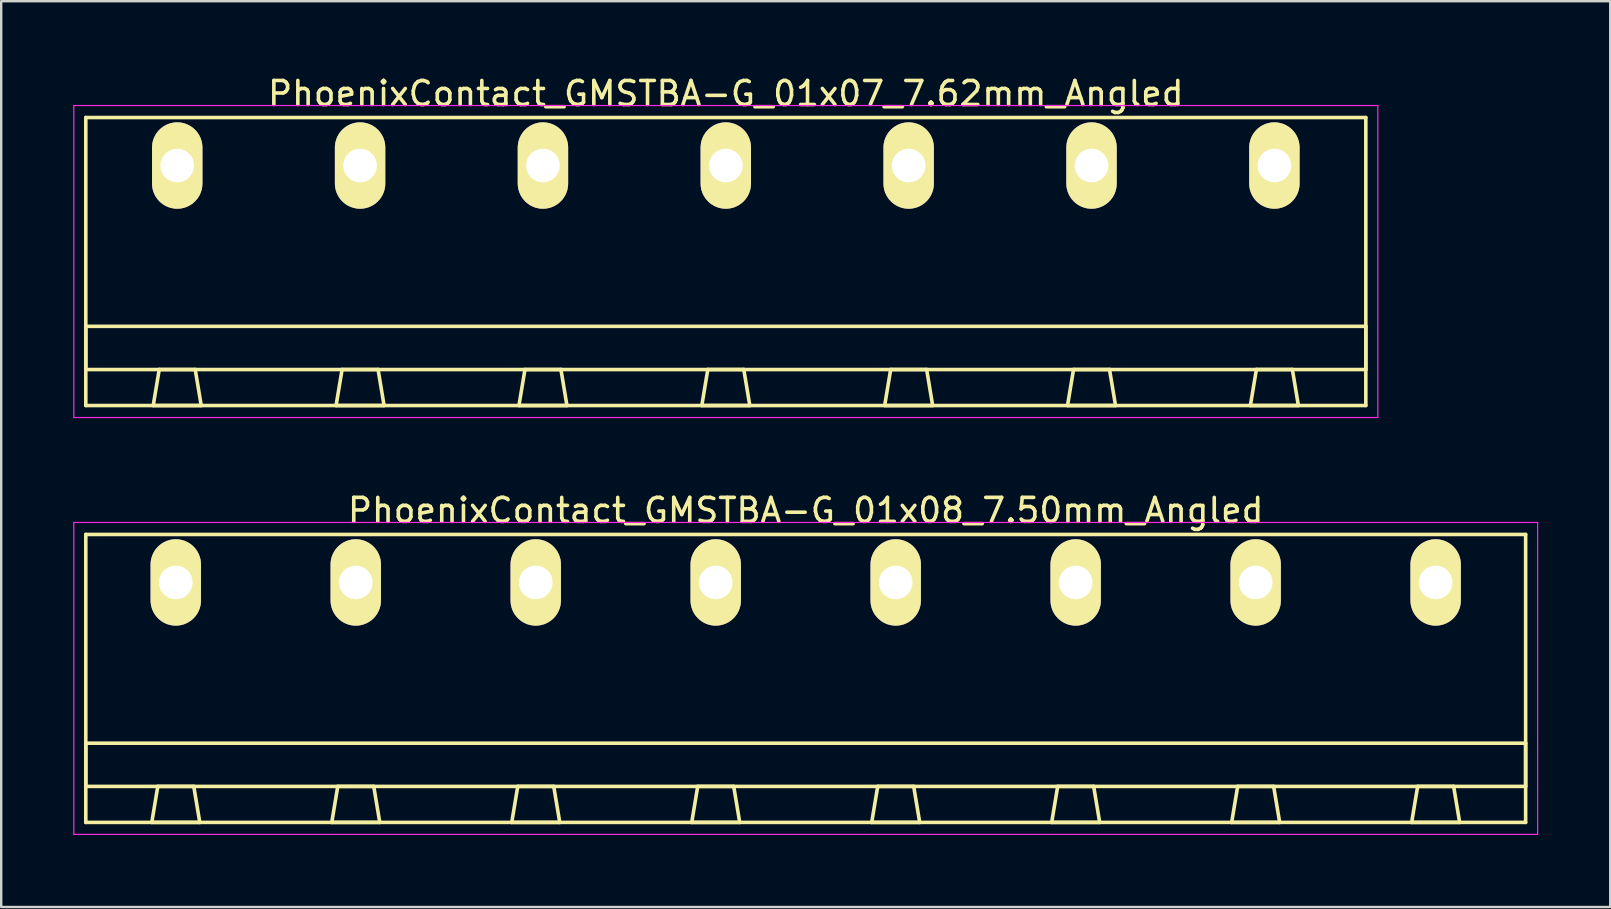
<source format=kicad_pcb>
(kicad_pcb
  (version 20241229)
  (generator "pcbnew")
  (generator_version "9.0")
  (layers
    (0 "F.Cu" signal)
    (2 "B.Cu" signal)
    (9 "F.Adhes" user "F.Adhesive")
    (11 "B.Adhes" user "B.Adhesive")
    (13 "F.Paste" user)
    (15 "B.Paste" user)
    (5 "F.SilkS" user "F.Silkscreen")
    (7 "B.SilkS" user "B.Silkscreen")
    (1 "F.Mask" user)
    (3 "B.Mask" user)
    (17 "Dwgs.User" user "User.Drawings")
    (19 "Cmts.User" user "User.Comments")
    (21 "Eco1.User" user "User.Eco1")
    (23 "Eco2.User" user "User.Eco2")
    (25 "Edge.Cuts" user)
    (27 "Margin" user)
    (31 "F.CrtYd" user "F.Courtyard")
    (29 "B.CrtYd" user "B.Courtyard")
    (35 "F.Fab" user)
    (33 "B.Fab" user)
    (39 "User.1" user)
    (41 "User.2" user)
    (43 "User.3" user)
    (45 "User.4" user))
  (footprint "PhoenixContact_GMSTBA-G_01x08_7.50mm_Angled"
    (layer "F.Cu")
    (at 4.275 21.221)
    (property "Reference" "PhoenixContact_GMSTBA-G_01x08_7.50mm_Angled" (at 26.25 -3 0) (layer "F.SilkS") (effects (font (size 1 1) (thickness 0.15))))
    (attr through_hole)
    (fp_line (start -3.75 -2) (end -3.75 10) (stroke (width 0.15) (type solid)) (layer "F.SilkS"))
    (fp_line (start -3.75 6.7) (end 56.25 6.7) (stroke (width 0.15) (type solid)) (layer "F.SilkS"))
    (fp_line (start -3.75 8.5) (end -3.75 6.7) (stroke (width 0.15) (type solid)) (layer "F.SilkS"))
    (fp_line (start -3.75 10) (end 56.25 10) (stroke (width 0.15) (type solid)) (layer "F.SilkS"))
    (fp_line (start -1 10) (end 1 10) (stroke (width 0.15) (type solid)) (layer "F.SilkS"))
    (fp_line (start -0.75 8.5) (end -1 10) (stroke (width 0.15) (type solid)) (layer "F.SilkS"))
    (fp_line (start 0.75 8.5) (end -0.75 8.5) (stroke (width 0.15) (type solid)) (layer "F.SilkS"))
    (fp_line (start 1 10) (end 0.75 8.5) (stroke (width 0.15) (type solid)) (layer "F.SilkS"))
    (fp_line (start 6.5 10) (end 8.5 10) (stroke (width 0.15) (type solid)) (layer "F.SilkS"))
    (fp_line (start 6.75 8.5) (end 6.5 10) (stroke (width 0.15) (type solid)) (layer "F.SilkS"))
    (fp_line (start 8.25 8.5) (end 6.75 8.5) (stroke (width 0.15) (type solid)) (layer "F.SilkS"))
    (fp_line (start 8.5 10) (end 8.25 8.5) (stroke (width 0.15) (type solid)) (layer "F.SilkS"))
    (fp_line (start 14 10) (end 16 10) (stroke (width 0.15) (type solid)) (layer "F.SilkS"))
    (fp_line (start 14.25 8.5) (end 14 10) (stroke (width 0.15) (type solid)) (layer "F.SilkS"))
    (fp_line (start 15.75 8.5) (end 14.25 8.5) (stroke (width 0.15) (type solid)) (layer "F.SilkS"))
    (fp_line (start 16 10) (end 15.75 8.5) (stroke (width 0.15) (type solid)) (layer "F.SilkS"))
    (fp_line (start 21.5 10) (end 23.5 10) (stroke (width 0.15) (type solid)) (layer "F.SilkS"))
    (fp_line (start 21.75 8.5) (end 21.5 10) (stroke (width 0.15) (type solid)) (layer "F.SilkS"))
    (fp_line (start 23.25 8.5) (end 21.75 8.5) (stroke (width 0.15) (type solid)) (layer "F.SilkS"))
    (fp_line (start 23.5 10) (end 23.25 8.5) (stroke (width 0.15) (type solid)) (layer "F.SilkS"))
    (fp_line (start 29 10) (end 31 10) (stroke (width 0.15) (type solid)) (layer "F.SilkS"))
    (fp_line (start 29.25 8.5) (end 29 10) (stroke (width 0.15) (type solid)) (layer "F.SilkS"))
    (fp_line (start 30.75 8.5) (end 29.25 8.5) (stroke (width 0.15) (type solid)) (layer "F.SilkS"))
    (fp_line (start 31 10) (end 30.75 8.5) (stroke (width 0.15) (type solid)) (layer "F.SilkS"))
    (fp_line (start 36.5 10) (end 38.5 10) (stroke (width 0.15) (type solid)) (layer "F.SilkS"))
    (fp_line (start 36.75 8.5) (end 36.5 10) (stroke (width 0.15) (type solid)) (layer "F.SilkS"))
    (fp_line (start 38.25 8.5) (end 36.75 8.5) (stroke (width 0.15) (type solid)) (layer "F.SilkS"))
    (fp_line (start 38.5 10) (end 38.25 8.5) (stroke (width 0.15) (type solid)) (layer "F.SilkS"))
    (fp_line (start 44 10) (end 46 10) (stroke (width 0.15) (type solid)) (layer "F.SilkS"))
    (fp_line (start 44.25 8.5) (end 44 10) (stroke (width 0.15) (type solid)) (layer "F.SilkS"))
    (fp_line (start 45.75 8.5) (end 44.25 8.5) (stroke (width 0.15) (type solid)) (layer "F.SilkS"))
    (fp_line (start 46 10) (end 45.75 8.5) (stroke (width 0.15) (type solid)) (layer "F.SilkS"))
    (fp_line (start 51.5 10) (end 53.5 10) (stroke (width 0.15) (type solid)) (layer "F.SilkS"))
    (fp_line (start 51.75 8.5) (end 51.5 10) (stroke (width 0.15) (type solid)) (layer "F.SilkS"))
    (fp_line (start 53.25 8.5) (end 51.75 8.5) (stroke (width 0.15) (type solid)) (layer "F.SilkS"))
    (fp_line (start 53.5 10) (end 53.25 8.5) (stroke (width 0.15) (type solid)) (layer "F.SilkS"))
    (fp_line (start 56.25 -2) (end -3.75 -2) (stroke (width 0.15) (type solid)) (layer "F.SilkS"))
    (fp_line (start 56.25 6.7) (end 56.25 8.5) (stroke (width 0.15) (type solid)) (layer "F.SilkS"))
    (fp_line (start 56.25 8.5) (end -3.75 8.5) (stroke (width 0.15) (type solid)) (layer "F.SilkS"))
    (fp_line (start 56.25 10) (end 56.25 -2) (stroke (width 0.15) (type solid)) (layer "F.SilkS"))
    (fp_line (start -4.25 -2.5) (end -4.25 10.5) (stroke (width 0.05) (type solid)) (layer "F.CrtYd"))
    (fp_line (start -4.25 10.5) (end 56.75 10.5) (stroke (width 0.05) (type solid)) (layer "F.CrtYd"))
    (fp_line (start 56.75 -2.5) (end -4.25 -2.5) (stroke (width 0.05) (type solid)) (layer "F.CrtYd"))
    (fp_line (start 56.75 10.5) (end 56.75 -2.5) (stroke (width 0.05) (type solid)) (layer "F.CrtYd"))
    (pad "1" thru_hole oval (at 0 0) (size 2.1 3.6) (drill 1.4) (layers "*.Cu" "*.Mask" "F.SilkS"))
    (pad "2" thru_hole oval (at 7.5 0) (size 2.1 3.6) (drill 1.4) (layers "*.Cu" "*.Mask" "F.SilkS"))
    (pad "3" thru_hole oval (at 15 0) (size 2.1 3.6) (drill 1.4) (layers "*.Cu" "*.Mask" "F.SilkS"))
    (pad "4" thru_hole oval (at 22.5 0) (size 2.1 3.6) (drill 1.4) (layers "*.Cu" "*.Mask" "F.SilkS"))
    (pad "5" thru_hole oval (at 30 0) (size 2.1 3.6) (drill 1.4) (layers "*.Cu" "*.Mask" "F.SilkS"))
    (pad "6" thru_hole oval (at 37.5 0) (size 2.1 3.6) (drill 1.4) (layers "*.Cu" "*.Mask" "F.SilkS"))
    (pad "7" thru_hole oval (at 45 0) (size 2.1 3.6) (drill 1.4) (layers "*.Cu" "*.Mask" "F.SilkS"))
    (pad "8" thru_hole oval (at 52.5 0) (size 2.1 3.6) (drill 1.4) (layers "*.Cu" "*.Mask" "F.SilkS")))
  (footprint "PhoenixContact_GMSTBA-G_01x07_7.62mm_Angled"
    (layer "F.Cu")
    (at 4.335 3.848)
    (property "Reference" "PhoenixContact_GMSTBA-G_01x07_7.62mm_Angled" (at 22.86 -3 0) (layer "F.SilkS") (effects (font (size 1 1) (thickness 0.15))))
    (attr through_hole)
    (fp_line (start -3.81 -2) (end -3.81 10) (stroke (width 0.15) (type solid)) (layer "F.SilkS"))
    (fp_line (start -3.81 6.7) (end 49.53 6.7) (stroke (width 0.15) (type solid)) (layer "F.SilkS"))
    (fp_line (start -3.81 8.5) (end -3.81 6.7) (stroke (width 0.15) (type solid)) (layer "F.SilkS"))
    (fp_line (start -3.81 10) (end 49.53 10) (stroke (width 0.15) (type solid)) (layer "F.SilkS"))
    (fp_line (start -1 10) (end 1 10) (stroke (width 0.15) (type solid)) (layer "F.SilkS"))
    (fp_line (start -0.75 8.5) (end -1 10) (stroke (width 0.15) (type solid)) (layer "F.SilkS"))
    (fp_line (start 0.75 8.5) (end -0.75 8.5) (stroke (width 0.15) (type solid)) (layer "F.SilkS"))
    (fp_line (start 1 10) (end 0.75 8.5) (stroke (width 0.15) (type solid)) (layer "F.SilkS"))
    (fp_line (start 6.62 10) (end 8.62 10) (stroke (width 0.15) (type solid)) (layer "F.SilkS"))
    (fp_line (start 6.87 8.5) (end 6.62 10) (stroke (width 0.15) (type solid)) (layer "F.SilkS"))
    (fp_line (start 8.37 8.5) (end 6.87 8.5) (stroke (width 0.15) (type solid)) (layer "F.SilkS"))
    (fp_line (start 8.62 10) (end 8.37 8.5) (stroke (width 0.15) (type solid)) (layer "F.SilkS"))
    (fp_line (start 14.24 10) (end 16.24 10) (stroke (width 0.15) (type solid)) (layer "F.SilkS"))
    (fp_line (start 14.49 8.5) (end 14.24 10) (stroke (width 0.15) (type solid)) (layer "F.SilkS"))
    (fp_line (start 15.99 8.5) (end 14.49 8.5) (stroke (width 0.15) (type solid)) (layer "F.SilkS"))
    (fp_line (start 16.24 10) (end 15.99 8.5) (stroke (width 0.15) (type solid)) (layer "F.SilkS"))
    (fp_line (start 21.86 10) (end 23.86 10) (stroke (width 0.15) (type solid)) (layer "F.SilkS"))
    (fp_line (start 22.11 8.5) (end 21.86 10) (stroke (width 0.15) (type solid)) (layer "F.SilkS"))
    (fp_line (start 23.61 8.5) (end 22.11 8.5) (stroke (width 0.15) (type solid)) (layer "F.SilkS"))
    (fp_line (start 23.86 10) (end 23.61 8.5) (stroke (width 0.15) (type solid)) (layer "F.SilkS"))
    (fp_line (start 29.48 10) (end 31.48 10) (stroke (width 0.15) (type solid)) (layer "F.SilkS"))
    (fp_line (start 29.73 8.5) (end 29.48 10) (stroke (width 0.15) (type solid)) (layer "F.SilkS"))
    (fp_line (start 31.23 8.5) (end 29.73 8.5) (stroke (width 0.15) (type solid)) (layer "F.SilkS"))
    (fp_line (start 31.48 10) (end 31.23 8.5) (stroke (width 0.15) (type solid)) (layer "F.SilkS"))
    (fp_line (start 37.1 10) (end 39.1 10) (stroke (width 0.15) (type solid)) (layer "F.SilkS"))
    (fp_line (start 37.35 8.5) (end 37.1 10) (stroke (width 0.15) (type solid)) (layer "F.SilkS"))
    (fp_line (start 38.85 8.5) (end 37.35 8.5) (stroke (width 0.15) (type solid)) (layer "F.SilkS"))
    (fp_line (start 39.1 10) (end 38.85 8.5) (stroke (width 0.15) (type solid)) (layer "F.SilkS"))
    (fp_line (start 44.72 10) (end 46.72 10) (stroke (width 0.15) (type solid)) (layer "F.SilkS"))
    (fp_line (start 44.97 8.5) (end 44.72 10) (stroke (width 0.15) (type solid)) (layer "F.SilkS"))
    (fp_line (start 46.47 8.5) (end 44.97 8.5) (stroke (width 0.15) (type solid)) (layer "F.SilkS"))
    (fp_line (start 46.72 10) (end 46.47 8.5) (stroke (width 0.15) (type solid)) (layer "F.SilkS"))
    (fp_line (start 49.53 -2) (end -3.81 -2) (stroke (width 0.15) (type solid)) (layer "F.SilkS"))
    (fp_line (start 49.53 6.7) (end 49.53 8.5) (stroke (width 0.15) (type solid)) (layer "F.SilkS"))
    (fp_line (start 49.53 8.5) (end -3.81 8.5) (stroke (width 0.15) (type solid)) (layer "F.SilkS"))
    (fp_line (start 49.53 10) (end 49.53 -2) (stroke (width 0.15) (type solid)) (layer "F.SilkS"))
    (fp_line (start -4.31 -2.5) (end -4.31 10.5) (stroke (width 0.05) (type solid)) (layer "F.CrtYd"))
    (fp_line (start -4.31 10.5) (end 50.03 10.5) (stroke (width 0.05) (type solid)) (layer "F.CrtYd"))
    (fp_line (start 50.03 -2.5) (end -4.31 -2.5) (stroke (width 0.05) (type solid)) (layer "F.CrtYd"))
    (fp_line (start 50.03 10.5) (end 50.03 -2.5) (stroke (width 0.05) (type solid)) (layer "F.CrtYd"))
    (pad "1" thru_hole oval (at 0 0) (size 2.1 3.6) (drill 1.4) (layers "*.Cu" "*.Mask" "F.SilkS"))
    (pad "2" thru_hole oval (at 7.62 0) (size 2.1 3.6) (drill 1.4) (layers "*.Cu" "*.Mask" "F.SilkS"))
    (pad "3" thru_hole oval (at 15.24 0) (size 2.1 3.6) (drill 1.4) (layers "*.Cu" "*.Mask" "F.SilkS"))
    (pad "4" thru_hole oval (at 22.86 0) (size 2.1 3.6) (drill 1.4) (layers "*.Cu" "*.Mask" "F.SilkS"))
    (pad "5" thru_hole oval (at 30.48 0) (size 2.1 3.6) (drill 1.4) (layers "*.Cu" "*.Mask" "F.SilkS"))
    (pad "6" thru_hole oval (at 38.1 0) (size 2.1 3.6) (drill 1.4) (layers "*.Cu" "*.Mask" "F.SilkS"))
    (pad "7" thru_hole oval (at 45.72 0) (size 2.1 3.6) (drill 1.4) (layers "*.Cu" "*.Mask" "F.SilkS")))
  (gr_rect
    (start -3 -3)
    (end 64.05 34.746)
    (stroke (width 0.1) (type default))
    (fill no)
    (layer "Edge.Cuts")))
</source>
